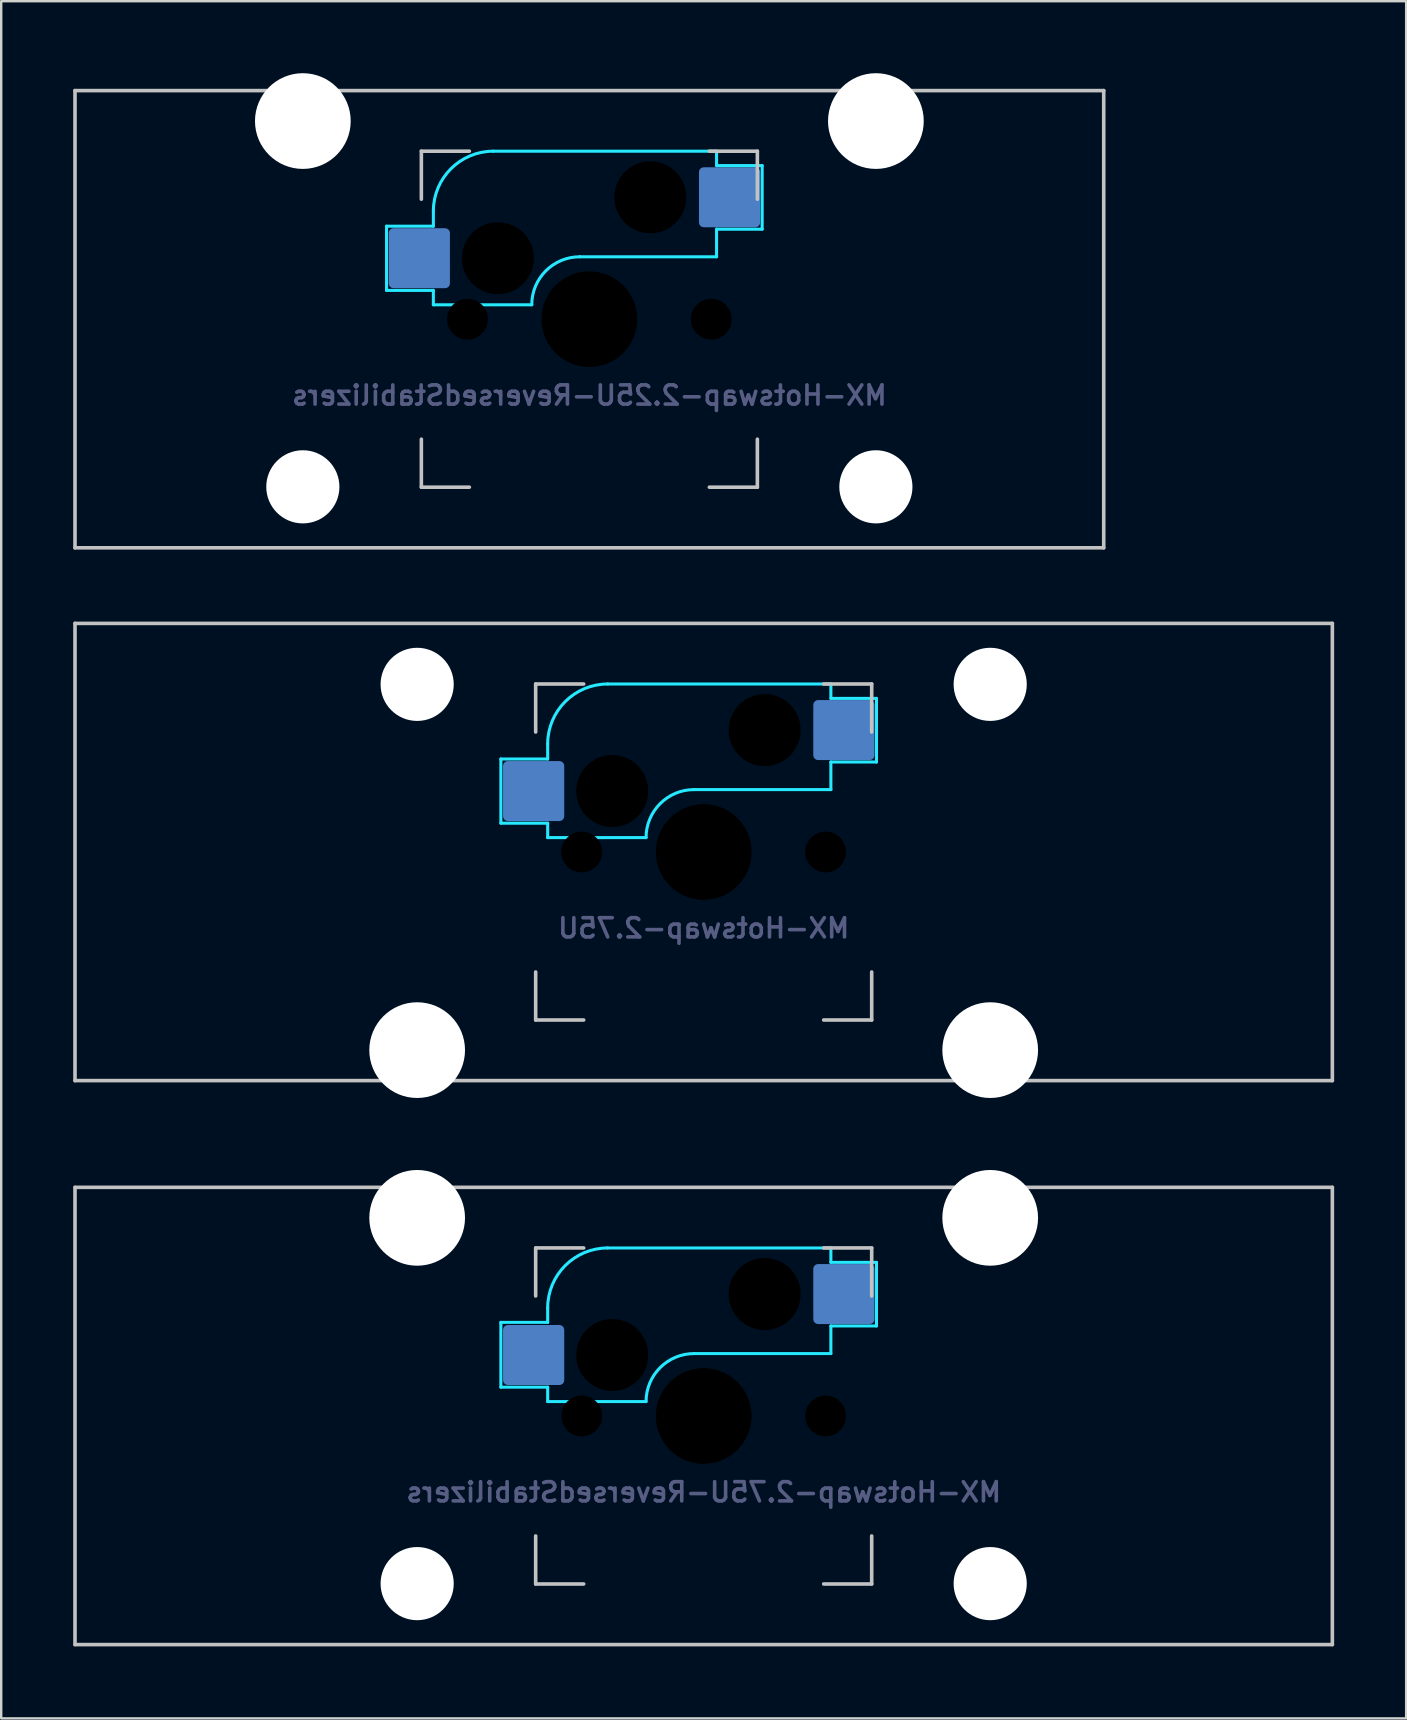
<source format=kicad_pcb>
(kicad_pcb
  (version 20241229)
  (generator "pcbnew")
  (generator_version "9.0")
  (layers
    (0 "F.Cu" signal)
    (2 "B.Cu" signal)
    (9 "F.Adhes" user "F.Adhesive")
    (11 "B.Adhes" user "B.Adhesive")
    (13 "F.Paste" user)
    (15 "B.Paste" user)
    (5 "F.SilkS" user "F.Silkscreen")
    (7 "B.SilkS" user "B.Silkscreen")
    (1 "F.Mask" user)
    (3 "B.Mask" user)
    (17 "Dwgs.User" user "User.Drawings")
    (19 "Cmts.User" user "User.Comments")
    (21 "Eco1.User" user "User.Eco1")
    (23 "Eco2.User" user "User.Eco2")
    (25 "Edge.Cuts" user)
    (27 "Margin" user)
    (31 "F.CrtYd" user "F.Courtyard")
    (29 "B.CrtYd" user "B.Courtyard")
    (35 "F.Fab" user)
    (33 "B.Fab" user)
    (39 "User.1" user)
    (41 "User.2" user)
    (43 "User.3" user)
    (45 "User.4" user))
  (footprint "MX-Hotswap-2.75U-ReversedStabilizers"
    (layer "F.Cu")
    (at 26.269 55.947)
    (property "Reference" "MX-Hotswap-2.75U-ReversedStabilizers" (at 0 3.175 0) (layer "B.Fab") (effects (font (size 0.8 0.8) (thickness 0.15)) (justify mirror)))
    (attr smd)
    (fp_line (start -26.194 9.525) (end -26.194 -9.525) (stroke (width 0.15) (type solid)) (layer "Dwgs.User"))
    (fp_line (start -7 -7) (end -7 -5) (stroke (width 0.15) (type solid)) (layer "Dwgs.User"))
    (fp_line (start -7 5) (end -7 7) (stroke (width 0.15) (type solid)) (layer "Dwgs.User"))
    (fp_line (start -7 7) (end -5 7) (stroke (width 0.15) (type solid)) (layer "Dwgs.User"))
    (fp_line (start -5 -7) (end -7 -7) (stroke (width 0.15) (type solid)) (layer "Dwgs.User"))
    (fp_line (start 5 -7) (end 7 -7) (stroke (width 0.15) (type solid)) (layer "Dwgs.User"))
    (fp_line (start 5 7) (end 7 7) (stroke (width 0.15) (type solid)) (layer "Dwgs.User"))
    (fp_line (start 7 -7) (end 7 -5) (stroke (width 0.15) (type solid)) (layer "Dwgs.User"))
    (fp_line (start 7 7) (end 7 5) (stroke (width 0.15) (type solid)) (layer "Dwgs.User"))
    (fp_line (start 26.194 -9.525) (end -26.194 -9.525) (stroke (width 0.15) (type solid)) (layer "Dwgs.User"))
    (fp_line (start 26.194 9.525) (end -26.194 9.525) (stroke (width 0.15) (type solid)) (layer "Dwgs.User"))
    (fp_line (start 26.194 9.525) (end 26.194 -9.525) (stroke (width 0.15) (type solid)) (layer "Dwgs.User"))
    (fp_line (start -8.45 -3.9) (end -8.45 -1.2) (stroke (width 0.127) (type solid)) (layer "B.CrtYd"))
    (fp_line (start -8.45 -1.2) (end -6.5 -1.2) (stroke (width 0.127) (type solid)) (layer "B.CrtYd"))
    (fp_line (start -6.5 -4.5) (end -6.5 -3.9) (stroke (width 0.127) (type solid)) (layer "B.CrtYd"))
    (fp_line (start -6.5 -3.9) (end -8.45 -3.9) (stroke (width 0.127) (type solid)) (layer "B.CrtYd"))
    (fp_line (start -6.5 -0.6) (end -6.5 -1.2) (stroke (width 0.127) (type solid)) (layer "B.CrtYd"))
    (fp_line (start -6.5 -0.6) (end -2.4 -0.6) (stroke (width 0.127) (type solid)) (layer "B.CrtYd"))
    (fp_line (start -0.4 -2.6) (end 5.3 -2.6) (stroke (width 0.127) (type solid)) (layer "B.CrtYd"))
    (fp_line (start 5.3 -7) (end -4 -7) (stroke (width 0.127) (type solid)) (layer "B.CrtYd"))
    (fp_line (start 5.3 -7) (end 5.3 -6.4) (stroke (width 0.127) (type solid)) (layer "B.CrtYd"))
    (fp_line (start 5.3 -6.4) (end 7.2 -6.4) (stroke (width 0.127) (type solid)) (layer "B.CrtYd"))
    (fp_line (start 5.3 -2.6) (end 5.3 -3.75) (stroke (width 0.127) (type solid)) (layer "B.CrtYd"))
    (fp_line (start 7.2 -6.4) (end 7.2 -3.75) (stroke (width 0.127) (type solid)) (layer "B.CrtYd"))
    (fp_line (start 7.2 -3.75) (end 5.3 -3.75) (stroke (width 0.127) (type solid)) (layer "B.CrtYd"))
    (fp_arc (start -6.5 -4.5) (mid -5.767767 -6.267767) (end -4 -7) (stroke (width 0.127) (type solid)) (layer "B.CrtYd"))
    (fp_arc (start -2.4 -0.6) (mid -1.814214 -2.014214) (end -0.4 -2.6) (stroke (width 0.127) (type solid)) (layer "B.CrtYd"))
    (pad "" np_thru_hole circle (at -11.938 -8.255) (size 3.988 3.988) (drill 3.988) (layers "*.Cu" "*.Mask"))
    (pad "" np_thru_hole circle (at -11.938 6.985) (size 3.048 3.048) (drill 3.048) (layers "*.Cu" "*.Mask"))
    (pad "" np_thru_hole circle (at -5.08 0 48.099) (size 1.702 1.702) (drill 1.702) (layers "*.Mask"))
    (pad "" np_thru_hole circle (at -3.81 -2.54) (size 3 3) (drill 3) (layers "*.Mask"))
    (pad "" np_thru_hole circle (at 0 0) (size 3.988 3.988) (drill 3.988) (layers "*.Mask"))
    (pad "" np_thru_hole circle (at 2.54 -5.08) (size 3 3) (drill 3) (layers "*.Mask"))
    (pad "" np_thru_hole circle (at 5.08 0 48.099) (size 1.702 1.702) (drill 1.702) (layers "*.Mask"))
    (pad "" np_thru_hole circle (at 11.938 -8.255) (size 3.988 3.988) (drill 3.988) (layers "*.Cu" "*.Mask"))
    (pad "" np_thru_hole circle (at 11.938 6.985) (size 3.048 3.048) (drill 3.048) (layers "*.Cu" "*.Mask"))
    (pad "1" smd roundrect (at -7.085 -2.54) (size 2.55 2.5) (layers "B.Cu" "B.Mask" "B.Paste") (roundrect_rratio 0.08))
    (pad "2" smd roundrect (at 5.842 -5.08) (size 2.55 2.5) (layers "B.Cu" "B.Mask" "B.Paste") (roundrect_rratio 0.08)))
  (footprint "MX-Hotswap-2.25U-ReversedStabilizers"
    (layer "F.Cu")
    (at 21.506 10.249)
    (property "Reference" "MX-Hotswap-2.25U-ReversedStabilizers" (at 0 3.175 0) (layer "B.Fab") (effects (font (size 0.8 0.8) (thickness 0.15)) (justify mirror)))
    (attr smd)
    (fp_line (start -21.431 9.525) (end -21.431 -9.525) (stroke (width 0.15) (type solid)) (layer "Dwgs.User"))
    (fp_line (start -7 -7) (end -7 -5) (stroke (width 0.15) (type solid)) (layer "Dwgs.User"))
    (fp_line (start -7 5) (end -7 7) (stroke (width 0.15) (type solid)) (layer "Dwgs.User"))
    (fp_line (start -7 7) (end -5 7) (stroke (width 0.15) (type solid)) (layer "Dwgs.User"))
    (fp_line (start -5 -7) (end -7 -7) (stroke (width 0.15) (type solid)) (layer "Dwgs.User"))
    (fp_line (start 5 -7) (end 7 -7) (stroke (width 0.15) (type solid)) (layer "Dwgs.User"))
    (fp_line (start 5 7) (end 7 7) (stroke (width 0.15) (type solid)) (layer "Dwgs.User"))
    (fp_line (start 7 -7) (end 7 -5) (stroke (width 0.15) (type solid)) (layer "Dwgs.User"))
    (fp_line (start 7 7) (end 7 5) (stroke (width 0.15) (type solid)) (layer "Dwgs.User"))
    (fp_line (start 21.431 -9.525) (end -21.431 -9.525) (stroke (width 0.15) (type solid)) (layer "Dwgs.User"))
    (fp_line (start 21.431 9.525) (end -21.431 9.525) (stroke (width 0.15) (type solid)) (layer "Dwgs.User"))
    (fp_line (start 21.431 9.525) (end 21.431 -9.525) (stroke (width 0.15) (type solid)) (layer "Dwgs.User"))
    (fp_line (start -8.45 -3.875) (end -8.45 -1.2) (stroke (width 0.127) (type solid)) (layer "B.CrtYd"))
    (fp_line (start -8.45 -1.2) (end -6.5 -1.2) (stroke (width 0.127) (type solid)) (layer "B.CrtYd"))
    (fp_line (start -6.5 -4.5) (end -6.5 -3.875) (stroke (width 0.127) (type solid)) (layer "B.CrtYd"))
    (fp_line (start -6.5 -3.875) (end -8.45 -3.875) (stroke (width 0.127) (type solid)) (layer "B.CrtYd"))
    (fp_line (start -6.5 -0.6) (end -6.5 -1.2) (stroke (width 0.127) (type solid)) (layer "B.CrtYd"))
    (fp_line (start -6.5 -0.6) (end -2.4 -0.6) (stroke (width 0.127) (type solid)) (layer "B.CrtYd"))
    (fp_line (start -0.4 -2.6) (end 5.3 -2.6) (stroke (width 0.127) (type solid)) (layer "B.CrtYd"))
    (fp_line (start 5.3 -7) (end -4 -7) (stroke (width 0.127) (type solid)) (layer "B.CrtYd"))
    (fp_line (start 5.3 -7) (end 5.3 -6.4) (stroke (width 0.127) (type solid)) (layer "B.CrtYd"))
    (fp_line (start 5.3 -6.4) (end 7.2 -6.4) (stroke (width 0.127) (type solid)) (layer "B.CrtYd"))
    (fp_line (start 5.3 -2.6) (end 5.3 -3.75) (stroke (width 0.127) (type solid)) (layer "B.CrtYd"))
    (fp_line (start 7.2 -6.4) (end 7.2 -3.75) (stroke (width 0.127) (type solid)) (layer "B.CrtYd"))
    (fp_line (start 7.2 -3.75) (end 5.3 -3.75) (stroke (width 0.127) (type solid)) (layer "B.CrtYd"))
    (fp_arc (start -6.5 -4.5) (mid -5.767767 -6.267767) (end -4 -7) (stroke (width 0.127) (type solid)) (layer "B.CrtYd"))
    (fp_arc (start -2.4 -0.6) (mid -1.814214 -2.014214) (end -0.4 -2.6) (stroke (width 0.127) (type solid)) (layer "B.CrtYd"))
    (pad "" np_thru_hole circle (at -11.938 -8.255) (size 3.988 3.988) (drill 3.988) (layers "*.Cu" "*.Mask"))
    (pad "" np_thru_hole circle (at -11.938 6.985) (size 3.048 3.048) (drill 3.048) (layers "*.Cu" "*.Mask"))
    (pad "" np_thru_hole circle (at -5.08 0 48.099) (size 1.702 1.702) (drill 1.702) (layers "*.Mask"))
    (pad "" np_thru_hole circle (at -3.81 -2.54) (size 3 3) (drill 3) (layers "*.Mask"))
    (pad "" np_thru_hole circle (at 0 0) (size 3.988 3.988) (drill 3.988) (layers "*.Mask"))
    (pad "" np_thru_hole circle (at 2.54 -5.08) (size 3 3) (drill 3) (layers "*.Mask"))
    (pad "" np_thru_hole circle (at 5.08 0 48.099) (size 1.702 1.702) (drill 1.702) (layers "*.Mask"))
    (pad "" np_thru_hole circle (at 11.938 -8.255) (size 3.988 3.988) (drill 3.988) (layers "*.Cu" "*.Mask"))
    (pad "" np_thru_hole circle (at 11.938 6.985) (size 3.048 3.048) (drill 3.048) (layers "*.Cu" "*.Mask"))
    (pad "1" smd roundrect (at -7.085 -2.54) (size 2.55 2.5) (layers "B.Cu" "B.Mask" "B.Paste") (roundrect_rratio 0.08))
    (pad "2" smd roundrect (at 5.842 -5.08) (size 2.55 2.5) (layers "B.Cu" "B.Mask" "B.Paste") (roundrect_rratio 0.08)))
  (footprint "MX-Hotswap-2.75U"
    (layer "F.Cu")
    (at 26.269 32.449)
    (property "Reference" "MX-Hotswap-2.75U" (at 0 3.175 0) (layer "B.Fab") (effects (font (size 0.8 0.8) (thickness 0.15)) (justify mirror)))
    (attr smd)
    (fp_line (start -26.194 9.525) (end -26.194 -9.525) (stroke (width 0.15) (type solid)) (layer "Dwgs.User"))
    (fp_line (start -7 -7) (end -7 -5) (stroke (width 0.15) (type solid)) (layer "Dwgs.User"))
    (fp_line (start -7 5) (end -7 7) (stroke (width 0.15) (type solid)) (layer "Dwgs.User"))
    (fp_line (start -7 7) (end -5 7) (stroke (width 0.15) (type solid)) (layer "Dwgs.User"))
    (fp_line (start -5 -7) (end -7 -7) (stroke (width 0.15) (type solid)) (layer "Dwgs.User"))
    (fp_line (start 5 -7) (end 7 -7) (stroke (width 0.15) (type solid)) (layer "Dwgs.User"))
    (fp_line (start 5 7) (end 7 7) (stroke (width 0.15) (type solid)) (layer "Dwgs.User"))
    (fp_line (start 7 -7) (end 7 -5) (stroke (width 0.15) (type solid)) (layer "Dwgs.User"))
    (fp_line (start 7 7) (end 7 5) (stroke (width 0.15) (type solid)) (layer "Dwgs.User"))
    (fp_line (start 26.194 -9.525) (end -26.194 -9.525) (stroke (width 0.15) (type solid)) (layer "Dwgs.User"))
    (fp_line (start 26.194 9.525) (end -26.194 9.525) (stroke (width 0.15) (type solid)) (layer "Dwgs.User"))
    (fp_line (start 26.194 9.525) (end 26.194 -9.525) (stroke (width 0.15) (type solid)) (layer "Dwgs.User"))
    (fp_line (start -8.45 -3.875) (end -8.45 -1.2) (stroke (width 0.127) (type solid)) (layer "B.CrtYd"))
    (fp_line (start -8.45 -1.2) (end -6.5 -1.2) (stroke (width 0.127) (type solid)) (layer "B.CrtYd"))
    (fp_line (start -6.5 -4.5) (end -6.5 -3.875) (stroke (width 0.127) (type solid)) (layer "B.CrtYd"))
    (fp_line (start -6.5 -3.875) (end -8.45 -3.875) (stroke (width 0.127) (type solid)) (layer "B.CrtYd"))
    (fp_line (start -6.5 -0.6) (end -6.5 -1.2) (stroke (width 0.127) (type solid)) (layer "B.CrtYd"))
    (fp_line (start -6.5 -0.6) (end -2.4 -0.6) (stroke (width 0.127) (type solid)) (layer "B.CrtYd"))
    (fp_line (start -0.4 -2.6) (end 5.3 -2.6) (stroke (width 0.127) (type solid)) (layer "B.CrtYd"))
    (fp_line (start 5.3 -7) (end -4 -7) (stroke (width 0.127) (type solid)) (layer "B.CrtYd"))
    (fp_line (start 5.3 -7) (end 5.3 -6.4) (stroke (width 0.127) (type solid)) (layer "B.CrtYd"))
    (fp_line (start 5.3 -6.4) (end 7.2 -6.4) (stroke (width 0.127) (type solid)) (layer "B.CrtYd"))
    (fp_line (start 5.3 -2.6) (end 5.3 -3.75) (stroke (width 0.127) (type solid)) (layer "B.CrtYd"))
    (fp_line (start 7.2 -6.4) (end 7.2 -3.75) (stroke (width 0.127) (type solid)) (layer "B.CrtYd"))
    (fp_line (start 7.2 -3.75) (end 5.3 -3.75) (stroke (width 0.127) (type solid)) (layer "B.CrtYd"))
    (fp_arc (start -6.5 -4.5) (mid -5.767767 -6.267767) (end -4 -7) (stroke (width 0.127) (type solid)) (layer "B.CrtYd"))
    (fp_arc (start -2.4 -0.6) (mid -1.814214 -2.014214) (end -0.4 -2.6) (stroke (width 0.127) (type solid)) (layer "B.CrtYd"))
    (pad "" np_thru_hole circle (at -11.938 -6.985) (size 3.048 3.048) (drill 3.048) (layers "*.Cu" "*.Mask"))
    (pad "" np_thru_hole circle (at -11.938 8.255) (size 3.988 3.988) (drill 3.988) (layers "*.Cu" "*.Mask"))
    (pad "" np_thru_hole circle (at -5.08 0 48.099) (size 1.702 1.702) (drill 1.702) (layers "*.Mask"))
    (pad "" np_thru_hole circle (at -3.81 -2.54) (size 3 3) (drill 3) (layers "*.Mask"))
    (pad "" np_thru_hole circle (at 0 0) (size 3.988 3.988) (drill 3.988) (layers "*.Mask"))
    (pad "" np_thru_hole circle (at 2.54 -5.08) (size 3 3) (drill 3) (layers "*.Mask"))
    (pad "" np_thru_hole circle (at 5.08 0 48.099) (size 1.702 1.702) (drill 1.702) (layers "*.Mask"))
    (pad "" np_thru_hole circle (at 11.938 -6.985) (size 3.048 3.048) (drill 3.048) (layers "*.Cu" "*.Mask"))
    (pad "" np_thru_hole circle (at 11.938 8.255) (size 3.988 3.988) (drill 3.988) (layers "*.Cu" "*.Mask"))
    (pad "1" smd roundrect (at -7.085 -2.54) (size 2.55 2.5) (layers "B.Cu" "B.Mask" "B.Paste") (roundrect_rratio 0.08))
    (pad "2" smd roundrect (at 5.842 -5.08) (size 2.55 2.5) (layers "B.Cu" "B.Mask" "B.Paste") (roundrect_rratio 0.08)))
  (gr_rect
    (start -3 -3)
    (end 55.538 68.547)
    (stroke (width 0.1) (type default))
    (fill no)
    (layer "Edge.Cuts")))
</source>
